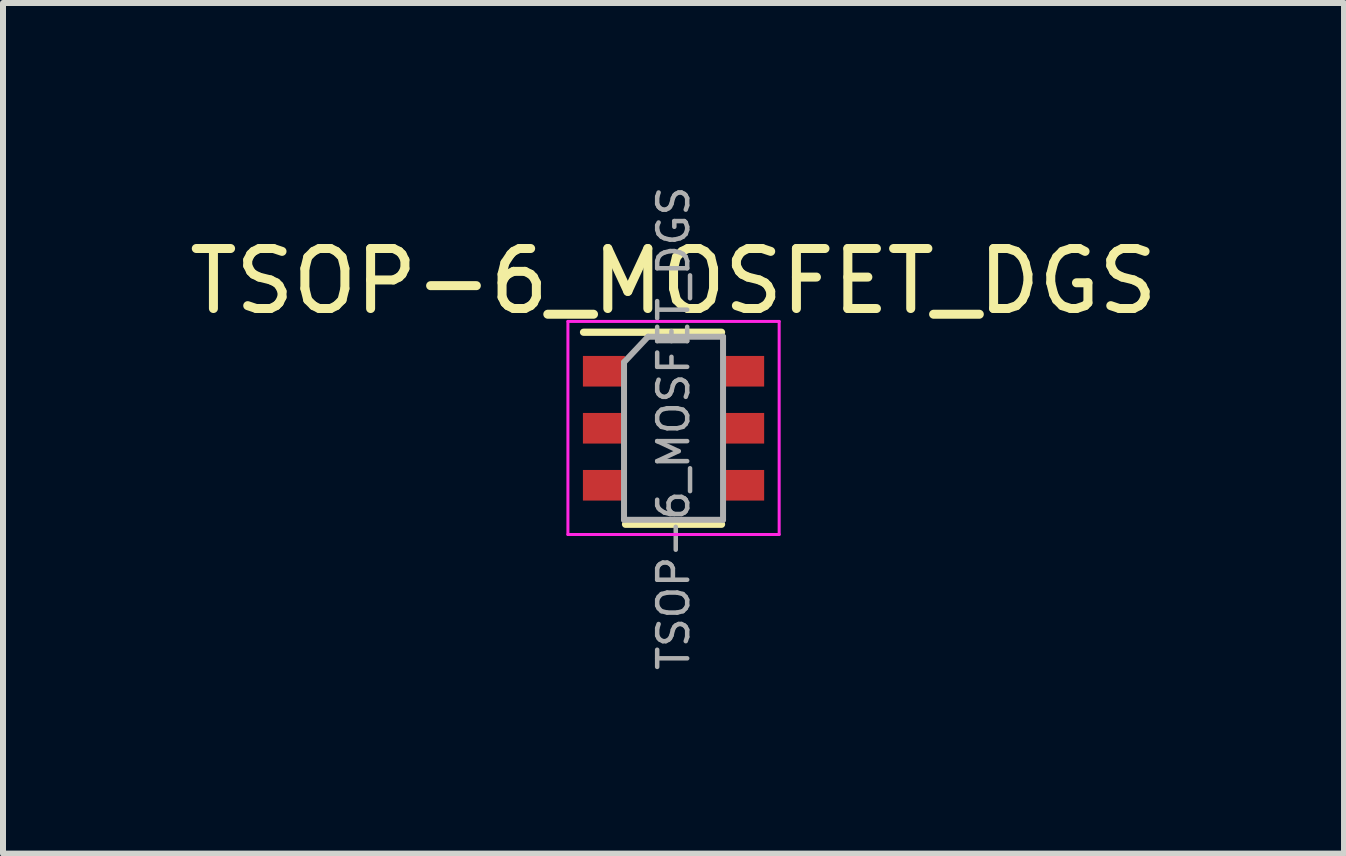
<source format=kicad_pcb>
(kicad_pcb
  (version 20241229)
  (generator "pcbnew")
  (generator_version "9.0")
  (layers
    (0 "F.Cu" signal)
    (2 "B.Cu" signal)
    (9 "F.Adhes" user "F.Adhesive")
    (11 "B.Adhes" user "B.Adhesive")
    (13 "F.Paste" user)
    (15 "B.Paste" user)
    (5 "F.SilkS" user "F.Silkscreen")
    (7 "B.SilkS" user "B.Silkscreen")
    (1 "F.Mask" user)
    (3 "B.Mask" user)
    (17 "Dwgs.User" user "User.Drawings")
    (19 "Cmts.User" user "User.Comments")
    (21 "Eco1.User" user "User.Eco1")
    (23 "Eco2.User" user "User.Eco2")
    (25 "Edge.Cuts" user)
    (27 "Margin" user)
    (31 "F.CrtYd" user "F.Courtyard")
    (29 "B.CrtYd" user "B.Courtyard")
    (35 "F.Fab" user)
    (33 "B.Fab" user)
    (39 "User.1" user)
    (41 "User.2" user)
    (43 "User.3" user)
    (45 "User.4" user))
  (footprint "TSOP-6_MOSFET_DGS"
    (layer "F.Cu")
    (at 8.173 4.086)
    (property "Reference" "TSOP-6_MOSFET_DGS" (at 0 -2.45 0) (layer "F.SilkS") (effects (font (size 1 1) (thickness 0.15))))
    (attr smd)
    (fp_line (start -0.8 1.6) (end 0.8 1.6) (stroke (width 0.12) (type solid)) (layer "F.SilkS"))
    (fp_line (start 0.8 -1.6) (end -1.5 -1.6) (stroke (width 0.12) (type solid)) (layer "F.SilkS"))
    (fp_line (start -1.76 -1.78) (end -1.76 1.77) (stroke (width 0.05) (type solid)) (layer "F.CrtYd"))
    (fp_line (start -1.76 -1.78) (end 1.76 -1.78) (stroke (width 0.05) (type solid)) (layer "F.CrtYd"))
    (fp_line (start 1.76 1.77) (end -1.76 1.77) (stroke (width 0.05) (type solid)) (layer "F.CrtYd"))
    (fp_line (start 1.76 1.77) (end 1.76 -1.78) (stroke (width 0.05) (type solid)) (layer "F.CrtYd"))
    (fp_line (start -0.825 -1.1) (end -0.825 1.525) (stroke (width 0.1) (type solid)) (layer "F.Fab"))
    (fp_line (start -0.825 -1.1) (end -0.425 -1.525) (stroke (width 0.1) (type solid)) (layer "F.Fab"))
    (fp_line (start 0.825 -1.525) (end -0.425 -1.525) (stroke (width 0.1) (type solid)) (layer "F.Fab"))
    (fp_line (start 0.825 -1.525) (end 0.825 1.525) (stroke (width 0.1) (type solid)) (layer "F.Fab"))
    (fp_line (start 0.825 1.525) (end -0.825 1.525) (stroke (width 0.1) (type solid)) (layer "F.Fab"))
    (fp_text user "${REFERENCE}" (at 0 0 90) (layer "F.Fab") (effects (font (size 0.5 0.5) (thickness 0.075))))
    (pad "1" smd rect (at -1.16 -0.95) (size 0.7 0.51) (layers "F.Cu" "F.Mask" "F.Paste"))
    (pad "1" smd rect (at -1.16 0) (size 0.7 0.51) (layers "F.Cu" "F.Mask" "F.Paste"))
    (pad "1" smd rect (at 1.16 -0.95) (size 0.7 0.51) (layers "F.Cu" "F.Mask" "F.Paste"))
    (pad "1" smd rect (at 1.16 0) (size 0.7 0.51) (layers "F.Cu" "F.Mask" "F.Paste"))
    (pad "2" smd rect (at -1.16 0.95) (size 0.7 0.51) (layers "F.Cu" "F.Mask" "F.Paste"))
    (pad "3" smd rect (at 1.16 0.95) (size 0.7 0.51) (layers "F.Cu" "F.Mask" "F.Paste")))
  (gr_rect
    (start -3 -3)
    (end 19.345 11.173)
    (stroke (width 0.1) (type default))
    (fill no)
    (layer "Edge.Cuts")))
</source>
